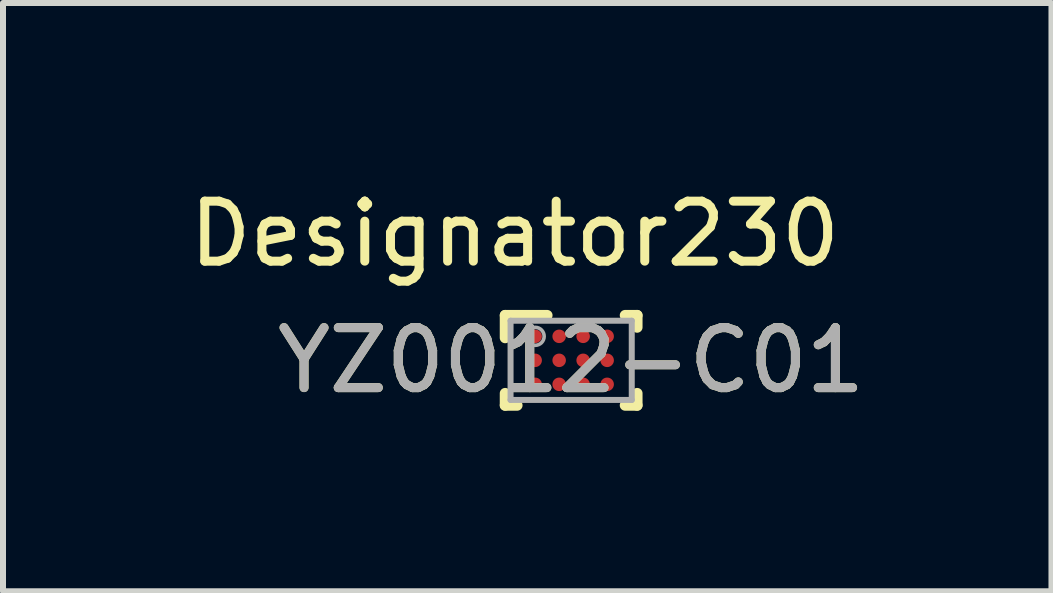
<source format=kicad_pcb>
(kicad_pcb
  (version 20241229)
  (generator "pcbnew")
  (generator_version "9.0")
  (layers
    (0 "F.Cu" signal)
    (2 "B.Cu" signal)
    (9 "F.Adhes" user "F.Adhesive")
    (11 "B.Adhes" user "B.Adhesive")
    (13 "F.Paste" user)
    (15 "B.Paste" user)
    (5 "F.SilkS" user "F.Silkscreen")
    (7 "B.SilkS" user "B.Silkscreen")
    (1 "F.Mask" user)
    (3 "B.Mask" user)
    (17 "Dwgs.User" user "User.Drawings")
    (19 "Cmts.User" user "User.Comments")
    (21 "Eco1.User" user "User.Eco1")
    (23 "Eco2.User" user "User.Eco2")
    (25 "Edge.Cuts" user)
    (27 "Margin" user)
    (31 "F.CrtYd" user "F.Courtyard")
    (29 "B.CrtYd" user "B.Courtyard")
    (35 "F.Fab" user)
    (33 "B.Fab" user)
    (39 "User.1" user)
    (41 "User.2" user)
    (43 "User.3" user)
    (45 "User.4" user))
  (footprint "YZ0012-C01"
    (layer "F.Cu")
    (at 6.47 2.956)
    (property "Reference" "YZ0012-C01" (at 0 0 0) (unlocked yes) (layer "F.SilkS") (effects (font (size 1 1) (thickness 0.15))))
    (attr smd)
    (fp_line (start -1.1 -0.75) (end -0.4 -0.75) (stroke (width 0.18) (type solid)) (layer "F.SilkS"))
    (fp_line (start -1.1 -0.375) (end -1.1 -0.75) (stroke (width 0.18) (type solid)) (layer "F.SilkS"))
    (fp_line (start -1.1 0.75) (end -1.1 0.55) (stroke (width 0.18) (type solid)) (layer "F.SilkS"))
    (fp_line (start -1.1 0.75) (end -0.9 0.75) (stroke (width 0.18) (type solid)) (layer "F.SilkS"))
    (fp_line (start 0.9 -0.75) (end 1.1 -0.75) (stroke (width 0.18) (type solid)) (layer "F.SilkS"))
    (fp_line (start 0.9 0.75) (end 1.1 0.75) (stroke (width 0.18) (type solid)) (layer "F.SilkS"))
    (fp_line (start 1.1 -0.55) (end 1.1 -0.75) (stroke (width 0.18) (type solid)) (layer "F.SilkS"))
    (fp_line (start 1.1 0.75) (end 1.1 0.55) (stroke (width 0.18) (type solid)) (layer "F.SilkS"))
    (fp_circle (center -0.675 -0.475) (end -0.65 -0.475) (stroke (width 0.05) (type solid)) (fill no) (layer "F.Paste"))
    (fp_circle (center -0.675 -0.325) (end -0.65 -0.325) (stroke (width 0.05) (type solid)) (fill no) (layer "F.Paste"))
    (fp_circle (center -0.675 -0.075) (end -0.65 -0.075) (stroke (width 0.05) (type solid)) (fill no) (layer "F.Paste"))
    (fp_circle (center -0.675 0.075) (end -0.65 0.075) (stroke (width 0.05) (type solid)) (fill no) (layer "F.Paste"))
    (fp_circle (center -0.675 0.325) (end -0.65 0.325) (stroke (width 0.05) (type solid)) (fill no) (layer "F.Paste"))
    (fp_circle (center -0.675 0.475) (end -0.65 0.475) (stroke (width 0.05) (type solid)) (fill no) (layer "F.Paste"))
    (fp_circle (center -0.525 -0.475) (end -0.5 -0.475) (stroke (width 0.05) (type solid)) (fill no) (layer "F.Paste"))
    (fp_circle (center -0.525 -0.325) (end -0.5 -0.325) (stroke (width 0.05) (type solid)) (fill no) (layer "F.Paste"))
    (fp_circle (center -0.525 -0.075) (end -0.5 -0.075) (stroke (width 0.05) (type solid)) (fill no) (layer "F.Paste"))
    (fp_circle (center -0.525 0.075) (end -0.5 0.075) (stroke (width 0.05) (type solid)) (fill no) (layer "F.Paste"))
    (fp_circle (center -0.525 0.325) (end -0.5 0.325) (stroke (width 0.05) (type solid)) (fill no) (layer "F.Paste"))
    (fp_circle (center -0.525 0.475) (end -0.5 0.475) (stroke (width 0.05) (type solid)) (fill no) (layer "F.Paste"))
    (fp_circle (center -0.275 -0.475) (end -0.25 -0.475) (stroke (width 0.05) (type solid)) (fill no) (layer "F.Paste"))
    (fp_circle (center -0.275 -0.325) (end -0.25 -0.325) (stroke (width 0.05) (type solid)) (fill no) (layer "F.Paste"))
    (fp_circle (center -0.275 -0.075) (end -0.25 -0.075) (stroke (width 0.05) (type solid)) (fill no) (layer "F.Paste"))
    (fp_circle (center -0.275 0.075) (end -0.25 0.075) (stroke (width 0.05) (type solid)) (fill no) (layer "F.Paste"))
    (fp_circle (center -0.275 0.325) (end -0.25 0.325) (stroke (width 0.05) (type solid)) (fill no) (layer "F.Paste"))
    (fp_circle (center -0.275 0.475) (end -0.25 0.475) (stroke (width 0.05) (type solid)) (fill no) (layer "F.Paste"))
    (fp_circle (center -0.125 -0.475) (end -0.1 -0.475) (stroke (width 0.05) (type solid)) (fill no) (layer "F.Paste"))
    (fp_circle (center -0.125 -0.325) (end -0.1 -0.325) (stroke (width 0.05) (type solid)) (fill no) (layer "F.Paste"))
    (fp_circle (center -0.125 -0.075) (end -0.1 -0.075) (stroke (width 0.05) (type solid)) (fill no) (layer "F.Paste"))
    (fp_circle (center -0.125 0.075) (end -0.1 0.075) (stroke (width 0.05) (type solid)) (fill no) (layer "F.Paste"))
    (fp_circle (center -0.125 0.325) (end -0.1 0.325) (stroke (width 0.05) (type solid)) (fill no) (layer "F.Paste"))
    (fp_circle (center -0.125 0.475) (end -0.1 0.475) (stroke (width 0.05) (type solid)) (fill no) (layer "F.Paste"))
    (fp_circle (center 0.125 -0.475) (end 0.15 -0.475) (stroke (width 0.05) (type solid)) (fill no) (layer "F.Paste"))
    (fp_circle (center 0.125 -0.325) (end 0.15 -0.325) (stroke (width 0.05) (type solid)) (fill no) (layer "F.Paste"))
    (fp_circle (center 0.125 -0.075) (end 0.15 -0.075) (stroke (width 0.05) (type solid)) (fill no) (layer "F.Paste"))
    (fp_circle (center 0.125 0.075) (end 0.15 0.075) (stroke (width 0.05) (type solid)) (fill no) (layer "F.Paste"))
    (fp_circle (center 0.125 0.325) (end 0.15 0.325) (stroke (width 0.05) (type solid)) (fill no) (layer "F.Paste"))
    (fp_circle (center 0.125 0.475) (end 0.15 0.475) (stroke (width 0.05) (type solid)) (fill no) (layer "F.Paste"))
    (fp_circle (center 0.275 -0.475) (end 0.3 -0.475) (stroke (width 0.05) (type solid)) (fill no) (layer "F.Paste"))
    (fp_circle (center 0.275 -0.325) (end 0.3 -0.325) (stroke (width 0.05) (type solid)) (fill no) (layer "F.Paste"))
    (fp_circle (center 0.275 -0.075) (end 0.3 -0.075) (stroke (width 0.05) (type solid)) (fill no) (layer "F.Paste"))
    (fp_circle (center 0.275 0.075) (end 0.3 0.075) (stroke (width 0.05) (type solid)) (fill no) (layer "F.Paste"))
    (fp_circle (center 0.275 0.325) (end 0.3 0.325) (stroke (width 0.05) (type solid)) (fill no) (layer "F.Paste"))
    (fp_circle (center 0.275 0.475) (end 0.3 0.475) (stroke (width 0.05) (type solid)) (fill no) (layer "F.Paste"))
    (fp_circle (center 0.525 -0.475) (end 0.55 -0.475) (stroke (width 0.05) (type solid)) (fill no) (layer "F.Paste"))
    (fp_circle (center 0.525 -0.325) (end 0.55 -0.325) (stroke (width 0.05) (type solid)) (fill no) (layer "F.Paste"))
    (fp_circle (center 0.525 -0.075) (end 0.55 -0.075) (stroke (width 0.05) (type solid)) (fill no) (layer "F.Paste"))
    (fp_circle (center 0.525 0.075) (end 0.55 0.075) (stroke (width 0.05) (type solid)) (fill no) (layer "F.Paste"))
    (fp_circle (center 0.525 0.325) (end 0.55 0.325) (stroke (width 0.05) (type solid)) (fill no) (layer "F.Paste"))
    (fp_circle (center 0.525 0.475) (end 0.55 0.475) (stroke (width 0.05) (type solid)) (fill no) (layer "F.Paste"))
    (fp_circle (center 0.675 -0.475) (end 0.7 -0.475) (stroke (width 0.05) (type solid)) (fill no) (layer "F.Paste"))
    (fp_circle (center 0.675 -0.325) (end 0.7 -0.325) (stroke (width 0.05) (type solid)) (fill no) (layer "F.Paste"))
    (fp_circle (center 0.675 -0.075) (end 0.7 -0.075) (stroke (width 0.05) (type solid)) (fill no) (layer "F.Paste"))
    (fp_circle (center 0.675 0.075) (end 0.7 0.075) (stroke (width 0.05) (type solid)) (fill no) (layer "F.Paste"))
    (fp_circle (center 0.675 0.325) (end 0.7 0.325) (stroke (width 0.05) (type solid)) (fill no) (layer "F.Paste"))
    (fp_circle (center 0.675 0.475) (end 0.7 0.475) (stroke (width 0.05) (type solid)) (fill no) (layer "F.Paste"))
    (fp_poly (pts (xy -0.725 -0.475) (xy -0.725 -0.325) (xy -0.675 -0.325) (xy -0.675 -0.475)) (stroke (width 0) (type solid)) (fill yes) (layer "F.Paste"))
    (fp_poly (pts (xy -0.725 -0.075) (xy -0.725 0.075) (xy -0.675 0.075) (xy -0.675 -0.075)) (stroke (width 0) (type solid)) (fill yes) (layer "F.Paste"))
    (fp_poly (pts (xy -0.725 0.325) (xy -0.725 0.475) (xy -0.675 0.475) (xy -0.675 0.325)) (stroke (width 0) (type solid)) (fill yes) (layer "F.Paste"))
    (fp_poly (pts (xy -0.675 -0.475) (xy -0.675 -0.325) (xy -0.525 -0.325) (xy -0.525 -0.475)) (stroke (width 0) (type solid)) (fill yes) (layer "F.Paste"))
    (fp_poly (pts (xy -0.675 -0.275) (xy -0.525 -0.275) (xy -0.525 -0.325) (xy -0.675 -0.325)) (stroke (width 0) (type solid)) (fill yes) (layer "F.Paste"))
    (fp_poly (pts (xy -0.675 -0.075) (xy -0.675 0.075) (xy -0.525 0.075) (xy -0.525 -0.075)) (stroke (width 0) (type solid)) (fill yes) (layer "F.Paste"))
    (fp_poly (pts (xy -0.675 0.125) (xy -0.525 0.125) (xy -0.525 0.075) (xy -0.675 0.075)) (stroke (width 0) (type solid)) (fill yes) (layer "F.Paste"))
    (fp_poly (pts (xy -0.675 0.325) (xy -0.675 0.475) (xy -0.525 0.475) (xy -0.525 0.325)) (stroke (width 0) (type solid)) (fill yes) (layer "F.Paste"))
    (fp_poly (pts (xy -0.675 0.525) (xy -0.525 0.525) (xy -0.525 0.475) (xy -0.675 0.475)) (stroke (width 0) (type solid)) (fill yes) (layer "F.Paste"))
    (fp_poly (pts (xy -0.525 -0.525) (xy -0.675 -0.525) (xy -0.675 -0.475) (xy -0.525 -0.475)) (stroke (width 0) (type solid)) (fill yes) (layer "F.Paste"))
    (fp_poly (pts (xy -0.525 -0.125) (xy -0.675 -0.125) (xy -0.675 -0.075) (xy -0.525 -0.075)) (stroke (width 0) (type solid)) (fill yes) (layer "F.Paste"))
    (fp_poly (pts (xy -0.525 0.275) (xy -0.675 0.275) (xy -0.675 0.325) (xy -0.525 0.325)) (stroke (width 0) (type solid)) (fill yes) (layer "F.Paste"))
    (fp_poly (pts (xy -0.475 -0.325) (xy -0.475 -0.475) (xy -0.525 -0.475) (xy -0.525 -0.325)) (stroke (width 0) (type solid)) (fill yes) (layer "F.Paste"))
    (fp_poly (pts (xy -0.475 0.075) (xy -0.475 -0.075) (xy -0.525 -0.075) (xy -0.525 0.075)) (stroke (width 0) (type solid)) (fill yes) (layer "F.Paste"))
    (fp_poly (pts (xy -0.475 0.475) (xy -0.475 0.325) (xy -0.525 0.325) (xy -0.525 0.475)) (stroke (width 0) (type solid)) (fill yes) (layer "F.Paste"))
    (fp_poly (pts (xy -0.325 -0.475) (xy -0.325 -0.325) (xy -0.275 -0.325) (xy -0.275 -0.475)) (stroke (width 0) (type solid)) (fill yes) (layer "F.Paste"))
    (fp_poly (pts (xy -0.325 -0.075) (xy -0.325 0.075) (xy -0.275 0.075) (xy -0.275 -0.075)) (stroke (width 0) (type solid)) (fill yes) (layer "F.Paste"))
    (fp_poly (pts (xy -0.325 0.325) (xy -0.325 0.475) (xy -0.275 0.475) (xy -0.275 0.325)) (stroke (width 0) (type solid)) (fill yes) (layer "F.Paste"))
    (fp_poly (pts (xy -0.275 -0.475) (xy -0.275 -0.325) (xy -0.125 -0.325) (xy -0.125 -0.475)) (stroke (width 0) (type solid)) (fill yes) (layer "F.Paste"))
    (fp_poly (pts (xy -0.275 -0.275) (xy -0.125 -0.275) (xy -0.125 -0.325) (xy -0.275 -0.325)) (stroke (width 0) (type solid)) (fill yes) (layer "F.Paste"))
    (fp_poly (pts (xy -0.275 -0.075) (xy -0.275 0.075) (xy -0.125 0.075) (xy -0.125 -0.075)) (stroke (width 0) (type solid)) (fill yes) (layer "F.Paste"))
    (fp_poly (pts (xy -0.275 0.125) (xy -0.125 0.125) (xy -0.125 0.075) (xy -0.275 0.075)) (stroke (width 0) (type solid)) (fill yes) (layer "F.Paste"))
    (fp_poly (pts (xy -0.275 0.325) (xy -0.275 0.475) (xy -0.125 0.475) (xy -0.125 0.325)) (stroke (width 0) (type solid)) (fill yes) (layer "F.Paste"))
    (fp_poly (pts (xy -0.275 0.525) (xy -0.125 0.525) (xy -0.125 0.475) (xy -0.275 0.475)) (stroke (width 0) (type solid)) (fill yes) (layer "F.Paste"))
    (fp_poly (pts (xy -0.125 -0.525) (xy -0.275 -0.525) (xy -0.275 -0.475) (xy -0.125 -0.475)) (stroke (width 0) (type solid)) (fill yes) (layer "F.Paste"))
    (fp_poly (pts (xy -0.125 -0.125) (xy -0.275 -0.125) (xy -0.275 -0.075) (xy -0.125 -0.075)) (stroke (width 0) (type solid)) (fill yes) (layer "F.Paste"))
    (fp_poly (pts (xy -0.125 0.275) (xy -0.275 0.275) (xy -0.275 0.325) (xy -0.125 0.325)) (stroke (width 0) (type solid)) (fill yes) (layer "F.Paste"))
    (fp_poly (pts (xy -0.075 -0.325) (xy -0.075 -0.475) (xy -0.125 -0.475) (xy -0.125 -0.325)) (stroke (width 0) (type solid)) (fill yes) (layer "F.Paste"))
    (fp_poly (pts (xy -0.075 0.075) (xy -0.075 -0.075) (xy -0.125 -0.075) (xy -0.125 0.075)) (stroke (width 0) (type solid)) (fill yes) (layer "F.Paste"))
    (fp_poly (pts (xy -0.075 0.475) (xy -0.075 0.325) (xy -0.125 0.325) (xy -0.125 0.475)) (stroke (width 0) (type solid)) (fill yes) (layer "F.Paste"))
    (fp_poly (pts (xy 0.075 -0.475) (xy 0.075 -0.325) (xy 0.125 -0.325) (xy 0.125 -0.475)) (stroke (width 0) (type solid)) (fill yes) (layer "F.Paste"))
    (fp_poly (pts (xy 0.075 -0.075) (xy 0.075 0.075) (xy 0.125 0.075) (xy 0.125 -0.075)) (stroke (width 0) (type solid)) (fill yes) (layer "F.Paste"))
    (fp_poly (pts (xy 0.075 0.325) (xy 0.075 0.475) (xy 0.125 0.475) (xy 0.125 0.325)) (stroke (width 0) (type solid)) (fill yes) (layer "F.Paste"))
    (fp_poly (pts (xy 0.125 -0.475) (xy 0.125 -0.325) (xy 0.275 -0.325) (xy 0.275 -0.475)) (stroke (width 0) (type solid)) (fill yes) (layer "F.Paste"))
    (fp_poly (pts (xy 0.125 -0.275) (xy 0.275 -0.275) (xy 0.275 -0.325) (xy 0.125 -0.325)) (stroke (width 0) (type solid)) (fill yes) (layer "F.Paste"))
    (fp_poly (pts (xy 0.125 -0.075) (xy 0.125 0.075) (xy 0.275 0.075) (xy 0.275 -0.075)) (stroke (width 0) (type solid)) (fill yes) (layer "F.Paste"))
    (fp_poly (pts (xy 0.125 0.125) (xy 0.275 0.125) (xy 0.275 0.075) (xy 0.125 0.075)) (stroke (width 0) (type solid)) (fill yes) (layer "F.Paste"))
    (fp_poly (pts (xy 0.125 0.325) (xy 0.125 0.475) (xy 0.275 0.475) (xy 0.275 0.325)) (stroke (width 0) (type solid)) (fill yes) (layer "F.Paste"))
    (fp_poly (pts (xy 0.125 0.525) (xy 0.275 0.525) (xy 0.275 0.475) (xy 0.125 0.475)) (stroke (width 0) (type solid)) (fill yes) (layer "F.Paste"))
    (fp_poly (pts (xy 0.275 -0.525) (xy 0.125 -0.525) (xy 0.125 -0.475) (xy 0.275 -0.475)) (stroke (width 0) (type solid)) (fill yes) (layer "F.Paste"))
    (fp_poly (pts (xy 0.275 -0.125) (xy 0.125 -0.125) (xy 0.125 -0.075) (xy 0.275 -0.075)) (stroke (width 0) (type solid)) (fill yes) (layer "F.Paste"))
    (fp_poly (pts (xy 0.275 0.275) (xy 0.125 0.275) (xy 0.125 0.325) (xy 0.275 0.325)) (stroke (width 0) (type solid)) (fill yes) (layer "F.Paste"))
    (fp_poly (pts (xy 0.325 -0.325) (xy 0.325 -0.475) (xy 0.275 -0.475) (xy 0.275 -0.325)) (stroke (width 0) (type solid)) (fill yes) (layer "F.Paste"))
    (fp_poly (pts (xy 0.325 0.075) (xy 0.325 -0.075) (xy 0.275 -0.075) (xy 0.275 0.075)) (stroke (width 0) (type solid)) (fill yes) (layer "F.Paste"))
    (fp_poly (pts (xy 0.325 0.475) (xy 0.325 0.325) (xy 0.275 0.325) (xy 0.275 0.475)) (stroke (width 0) (type solid)) (fill yes) (layer "F.Paste"))
    (fp_poly (pts (xy 0.475 -0.475) (xy 0.475 -0.325) (xy 0.525 -0.325) (xy 0.525 -0.475)) (stroke (width 0) (type solid)) (fill yes) (layer "F.Paste"))
    (fp_poly (pts (xy 0.475 -0.075) (xy 0.475 0.075) (xy 0.525 0.075) (xy 0.525 -0.075)) (stroke (width 0) (type solid)) (fill yes) (layer "F.Paste"))
    (fp_poly (pts (xy 0.475 0.325) (xy 0.475 0.475) (xy 0.525 0.475) (xy 0.525 0.325)) (stroke (width 0) (type solid)) (fill yes) (layer "F.Paste"))
    (fp_poly (pts (xy 0.525 -0.475) (xy 0.525 -0.325) (xy 0.675 -0.325) (xy 0.675 -0.475)) (stroke (width 0) (type solid)) (fill yes) (layer "F.Paste"))
    (fp_poly (pts (xy 0.525 -0.275) (xy 0.675 -0.275) (xy 0.675 -0.325) (xy 0.525 -0.325)) (stroke (width 0) (type solid)) (fill yes) (layer "F.Paste"))
    (fp_poly (pts (xy 0.525 -0.075) (xy 0.525 0.075) (xy 0.675 0.075) (xy 0.675 -0.075)) (stroke (width 0) (type solid)) (fill yes) (layer "F.Paste"))
    (fp_poly (pts (xy 0.525 0.125) (xy 0.675 0.125) (xy 0.675 0.075) (xy 0.525 0.075)) (stroke (width 0) (type solid)) (fill yes) (layer "F.Paste"))
    (fp_poly (pts (xy 0.525 0.325) (xy 0.525 0.475) (xy 0.675 0.475) (xy 0.675 0.325)) (stroke (width 0) (type solid)) (fill yes) (layer "F.Paste"))
    (fp_poly (pts (xy 0.525 0.525) (xy 0.675 0.525) (xy 0.675 0.475) (xy 0.525 0.475)) (stroke (width 0) (type solid)) (fill yes) (layer "F.Paste"))
    (fp_poly (pts (xy 0.675 -0.525) (xy 0.525 -0.525) (xy 0.525 -0.475) (xy 0.675 -0.475)) (stroke (width 0) (type solid)) (fill yes) (layer "F.Paste"))
    (fp_poly (pts (xy 0.675 -0.125) (xy 0.525 -0.125) (xy 0.525 -0.075) (xy 0.675 -0.075)) (stroke (width 0) (type solid)) (fill yes) (layer "F.Paste"))
    (fp_poly (pts (xy 0.675 0.275) (xy 0.525 0.275) (xy 0.525 0.325) (xy 0.675 0.325)) (stroke (width 0) (type solid)) (fill yes) (layer "F.Paste"))
    (fp_poly (pts (xy 0.725 -0.325) (xy 0.725 -0.475) (xy 0.675 -0.475) (xy 0.675 -0.325)) (stroke (width 0) (type solid)) (fill yes) (layer "F.Paste"))
    (fp_poly (pts (xy 0.725 0.075) (xy 0.725 -0.075) (xy 0.675 -0.075) (xy 0.675 0.075)) (stroke (width 0) (type solid)) (fill yes) (layer "F.Paste"))
    (fp_poly (pts (xy 0.725 0.475) (xy 0.725 0.325) (xy 0.675 0.325) (xy 0.675 0.475)) (stroke (width 0) (type solid)) (fill yes) (layer "F.Paste"))
    (fp_line (start -1.01 -0.66) (end 1.01 -0.66) (stroke (width 0.1) (type solid)) (layer "F.Fab"))
    (fp_line (start -1.01 0.66) (end -1.01 -0.66) (stroke (width 0.1) (type solid)) (layer "F.Fab"))
    (fp_line (start -1.01 0.66) (end 1.01 0.66) (stroke (width 0.1) (type solid)) (layer "F.Fab"))
    (fp_line (start 1.01 0.66) (end 1.01 -0.66) (stroke (width 0.1) (type solid)) (layer "F.Fab"))
    (fp_circle (center -0.6 -0.4) (end -0.45 -0.4) (stroke (width 0.06) (type solid)) (fill no) (layer "F.Fab"))
    (fp_text user "Designator230" (at -0.94 -2.108 0) (unlocked yes) (layer "F.SilkS") (effects (font (size 1 1) (thickness 0.15))))
    (fp_text user "${REFERENCE}" (at 0 0 0) (unlocked yes) (layer "F.Fab") (effects (font (size 1 1) (thickness 0.15))))
    (pad "A1" smd circle (at -0.6 -0.4) (size 0.225 0.225) (layers "F.Cu" "F.Mask"))
    (pad "A2" smd circle (at -0.2 -0.4) (size 0.225 0.225) (layers "F.Cu" "F.Mask"))
    (pad "A3" smd circle (at 0.2 -0.4) (size 0.225 0.225) (layers "F.Cu" "F.Mask"))
    (pad "A4" smd circle (at 0.6 -0.4) (size 0.225 0.225) (layers "F.Cu" "F.Mask"))
    (pad "B1" smd circle (at -0.6 0) (size 0.225 0.225) (layers "F.Cu" "F.Mask"))
    (pad "B2" smd circle (at -0.2 0) (size 0.225 0.225) (layers "F.Cu" "F.Mask"))
    (pad "B3" smd circle (at 0.2 0) (size 0.225 0.225) (layers "F.Cu" "F.Mask"))
    (pad "B4" smd circle (at 0.6 0) (size 0.225 0.225) (layers "F.Cu" "F.Mask"))
    (pad "C1" smd circle (at -0.6 0.4) (size 0.225 0.225) (layers "F.Cu" "F.Mask"))
    (pad "C2" smd circle (at -0.2 0.4) (size 0.225 0.225) (layers "F.Cu" "F.Mask"))
    (pad "C3" smd circle (at 0.2 0.4) (size 0.225 0.225) (layers "F.Cu" "F.Mask"))
    (pad "C4" smd circle (at 0.6 0.4) (size 0.225 0.225) (layers "F.Cu" "F.Mask")))
  (gr_rect
    (start -3 -3)
    (end 14.476 6.805)
    (stroke (width 0.1) (type default))
    (fill no)
    (layer "Edge.Cuts")))
</source>
